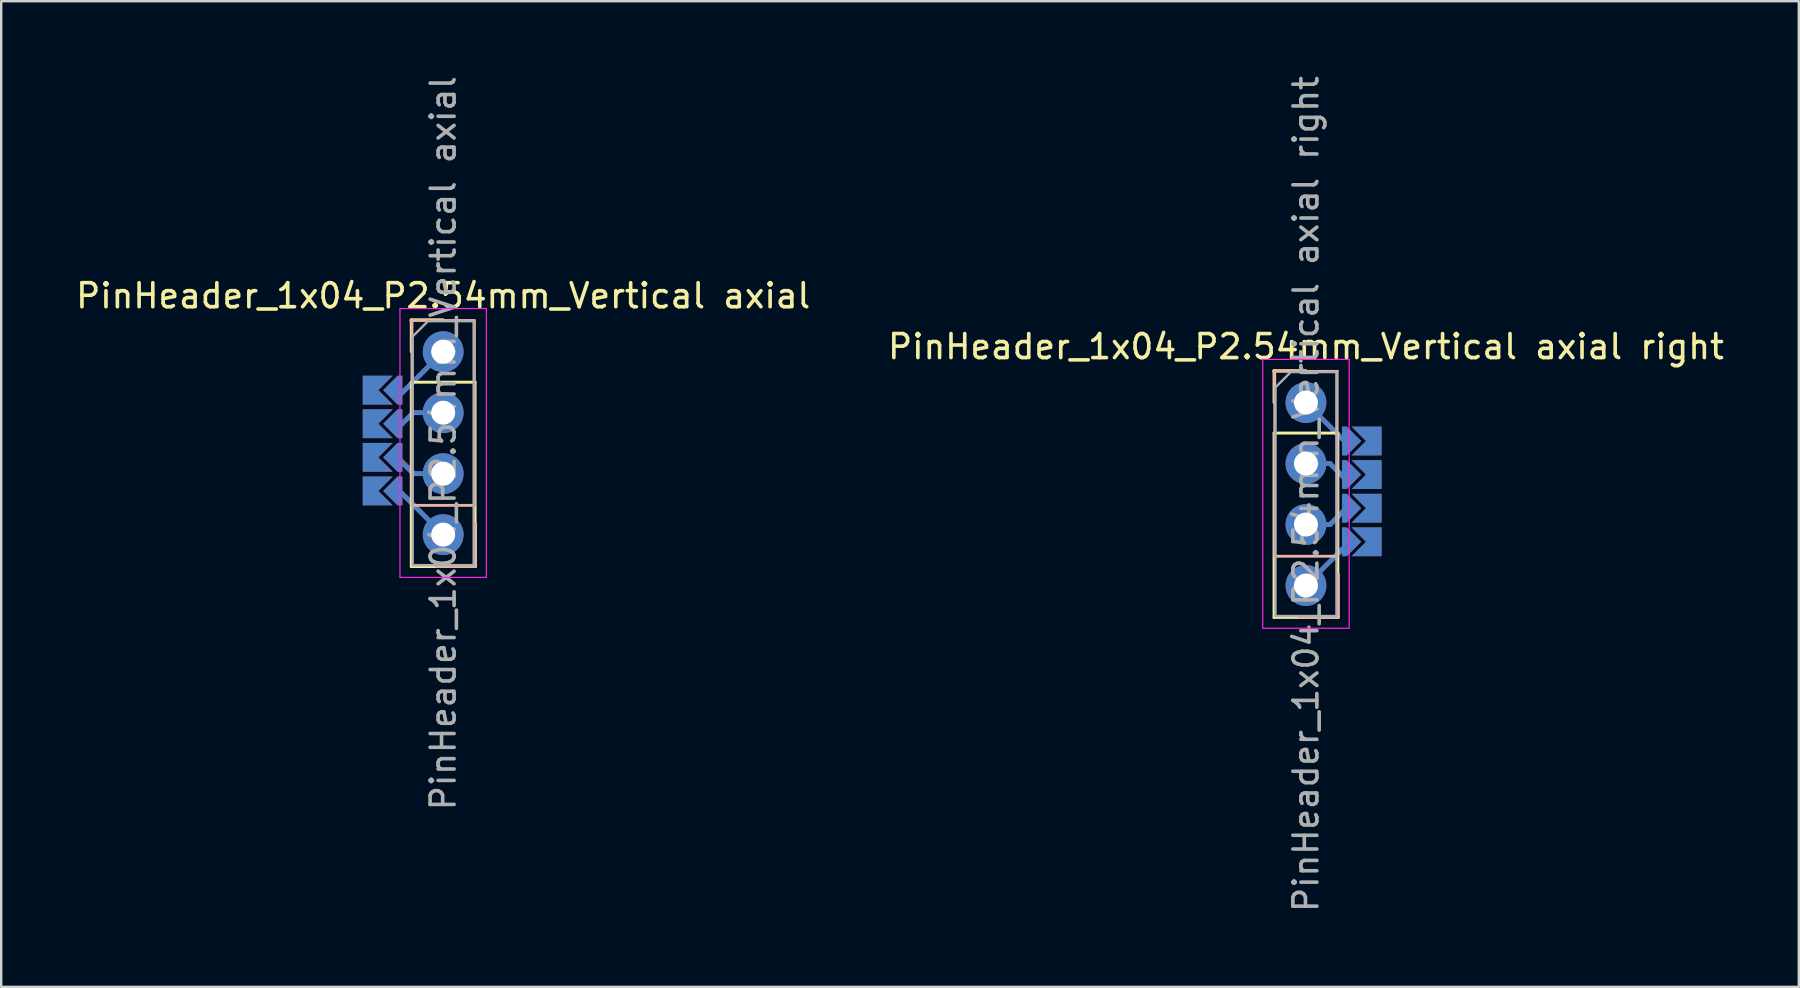
<source format=kicad_pcb>
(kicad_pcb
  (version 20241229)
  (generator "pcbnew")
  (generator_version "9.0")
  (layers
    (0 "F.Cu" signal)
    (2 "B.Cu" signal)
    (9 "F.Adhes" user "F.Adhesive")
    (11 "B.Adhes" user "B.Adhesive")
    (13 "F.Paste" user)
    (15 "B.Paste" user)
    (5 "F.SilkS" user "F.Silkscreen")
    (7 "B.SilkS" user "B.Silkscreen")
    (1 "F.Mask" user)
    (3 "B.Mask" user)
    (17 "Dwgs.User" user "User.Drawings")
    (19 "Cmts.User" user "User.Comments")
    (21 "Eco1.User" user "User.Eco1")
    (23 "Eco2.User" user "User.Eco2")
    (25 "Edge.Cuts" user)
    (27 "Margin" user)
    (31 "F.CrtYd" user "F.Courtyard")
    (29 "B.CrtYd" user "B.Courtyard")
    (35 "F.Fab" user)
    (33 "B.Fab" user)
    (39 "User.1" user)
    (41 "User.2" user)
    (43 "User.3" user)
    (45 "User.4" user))
  (footprint "PinHeader_1x04_P2.54mm_Vertical axial right"
    (layer "F.Cu")
    (at 51.351 13.72)
    (property "Reference" "PinHeader_1x04_P2.54mm_Vertical axial right" (at 0 -2.33 0) (layer "F.SilkS") (effects (font (size 1 1) (thickness 0.15))))
    (attr through_hole)
    (fp_line (start 0 0) (end 1.7 1.7) (stroke (width 0.2) (type solid)) (layer "F.Cu"))
    (fp_line (start 0 2.54) (end 1 2.54) (stroke (width 0.2) (type solid)) (layer "F.Cu"))
    (fp_line (start 0 5.08) (end 1 5.08) (stroke (width 0.2) (type solid)) (layer "F.Cu"))
    (fp_line (start 0 7.62) (end 1.72 5.9) (stroke (width 0.2) (type solid)) (layer "F.Cu"))
    (fp_line (start 1 2.54) (end 1.65 3.19) (stroke (width 0.2) (type solid)) (layer "F.Cu"))
    (fp_line (start 1 5.08) (end 1.63 4.45) (stroke (width 0.2) (type solid)) (layer "F.Cu"))
    (fp_line (start 0 0) (end 1.7 1.7) (stroke (width 0.2) (type solid)) (layer "B.Cu"))
    (fp_line (start 0 2.54) (end 1 2.54) (stroke (width 0.2) (type solid)) (layer "B.Cu"))
    (fp_line (start 0 5.08) (end 1 5.08) (stroke (width 0.2) (type solid)) (layer "B.Cu"))
    (fp_line (start 0 7.62) (end 1.72 5.9) (stroke (width 0.2) (type solid)) (layer "B.Cu"))
    (fp_line (start 1 2.54) (end 1.65 3.19) (stroke (width 0.2) (type solid)) (layer "B.Cu"))
    (fp_line (start 1 5.08) (end 1.65 4.43) (stroke (width 0.2) (type solid)) (layer "B.Cu"))
    (fp_line (start -1.33 -1.33) (end 0 -1.33) (stroke (width 0.12) (type solid)) (layer "F.SilkS"))
    (fp_line (start -1.33 0) (end -1.33 -1.33) (stroke (width 0.12) (type solid)) (layer "F.SilkS"))
    (fp_line (start -1.33 1.27) (end -1.33 8.95) (stroke (width 0.12) (type solid)) (layer "F.SilkS"))
    (fp_line (start -1.33 1.27) (end 1.33 1.27) (stroke (width 0.12) (type solid)) (layer "F.SilkS"))
    (fp_line (start -1.33 8.95) (end 1.33 8.95) (stroke (width 0.12) (type solid)) (layer "F.SilkS"))
    (fp_line (start 1.33 1.27) (end 1.33 8.95) (stroke (width 0.12) (type solid)) (layer "F.SilkS"))
    (fp_line (start -1.35 -1.3) (end 1.3 -1.3) (stroke (width 0.12) (type solid)) (layer "B.SilkS"))
    (fp_line (start -1.3 6.4) (end -1.3 -1.3) (stroke (width 0.12) (type solid)) (layer "B.SilkS"))
    (fp_line (start 1.3 -1.3) (end 1.3 6.4) (stroke (width 0.12) (type solid)) (layer "B.SilkS"))
    (fp_line (start 1.3 6.4) (end -1.3 6.4) (stroke (width 0.12) (type solid)) (layer "B.SilkS"))
    (fp_line (start 1.35 7.15) (end 1.35 8.95) (stroke (width 0.12) (type solid)) (layer "B.SilkS"))
    (fp_line (start 1.35 8.95) (end -0.3 8.95) (stroke (width 0.12) (type solid)) (layer "B.SilkS"))
    (fp_line (start -1.8 -1.8) (end -1.8 9.4) (stroke (width 0.05) (type solid)) (layer "F.CrtYd"))
    (fp_line (start -1.8 9.4) (end 1.8 9.4) (stroke (width 0.05) (type solid)) (layer "F.CrtYd"))
    (fp_line (start 1.8 -1.8) (end -1.8 -1.8) (stroke (width 0.05) (type solid)) (layer "F.CrtYd"))
    (fp_line (start 1.8 9.4) (end 1.8 -1.8) (stroke (width 0.05) (type solid)) (layer "F.CrtYd"))
    (fp_line (start -1.27 -0.635) (end -0.635 -1.27) (stroke (width 0.1) (type solid)) (layer "F.Fab"))
    (fp_line (start -1.27 8.89) (end -1.27 -0.635) (stroke (width 0.1) (type solid)) (layer "F.Fab"))
    (fp_line (start -0.635 -1.27) (end 1.27 -1.27) (stroke (width 0.1) (type solid)) (layer "F.Fab"))
    (fp_line (start 1.27 -1.27) (end 1.27 8.89) (stroke (width 0.1) (type solid)) (layer "F.Fab"))
    (fp_line (start 1.27 8.89) (end -1.27 8.89) (stroke (width 0.1) (type solid)) (layer "F.Fab"))
    (fp_text user "${REFERENCE}" (at 0 3.81 90) (layer "F.Fab") (effects (font (size 1 1) (thickness 0.15))))
    (pad "" thru_hole oval (at 0 0) (size 1.7 1.7) (drill 1) (layers "*.Cu" "*.Mask"))
    (pad "" thru_hole oval (at 0 2.54) (size 1.7 1.7) (drill 1) (layers "*.Cu" "*.Mask"))
    (pad "" thru_hole oval (at 0 5.08) (size 1.7 1.7) (drill 1) (layers "*.Cu" "*.Mask"))
    (pad "" thru_hole oval (at 0 7.62) (size 1.7 1.7) (drill 1) (layers "*.Cu" "*.Mask"))
    (pad "" smd custom (at 1.9 1.6 90) (size 0.1 0.1) (layers "F.Cu" "F.Mask" "F.Paste") (options (anchor rect)) (primitives (gr_poly (pts (xy -0.6 -0.4) (xy 0.6 -0.4) (xy 0.6 -0.2) (xy 0 0.4) (xy -0.6 -0.2)) (width 0) (fill yes))))
    (pad "" smd custom (at 1.9 1.6 90) (size 0.1 0.1) (layers "B.Cu" "B.Mask" "B.Paste") (options (anchor rect)) (primitives (gr_poly (pts (xy -0.6 -0.4) (xy 0.6 -0.4) (xy 0.6 -0.2) (xy 0 0.4) (xy -0.6 -0.2)) (width 0) (fill yes))))
    (pad "" smd custom (at 1.9 3 90) (size 0.1 0.1) (layers "F.Cu" "F.Mask" "F.Paste") (options (anchor rect)) (primitives (gr_poly (pts (xy -0.6 -0.4) (xy 0.6 -0.4) (xy 0.6 -0.2) (xy 0 0.4) (xy -0.6 -0.2)) (width 0) (fill yes))))
    (pad "" smd custom (at 1.9 3 90) (size 0.1 0.1) (layers "B.Cu" "B.Mask" "B.Paste") (options (anchor rect)) (primitives (gr_poly (pts (xy -0.6 -0.4) (xy 0.6 -0.4) (xy 0.6 -0.2) (xy 0 0.4) (xy -0.6 -0.2)) (width 0) (fill yes))))
    (pad "" smd custom (at 1.9 4.4 90) (size 0.1 0.1) (layers "F.Cu" "F.Mask" "F.Paste") (options (anchor rect)) (primitives (gr_poly (pts (xy -0.6 -0.4) (xy 0.6 -0.4) (xy 0.6 -0.2) (xy 0 0.4) (xy -0.6 -0.2)) (width 0) (fill yes))))
    (pad "" smd custom (at 1.9 4.4 90) (size 0.1 0.1) (layers "B.Cu" "B.Mask" "B.Paste") (options (anchor rect)) (primitives (gr_poly (pts (xy -0.6 -0.4) (xy 0.6 -0.4) (xy 0.6 -0.2) (xy 0 0.4) (xy -0.6 -0.2)) (width 0) (fill yes))))
    (pad "" smd custom (at 1.9 5.8 90) (size 0.1 0.1) (layers "F.Cu" "F.Mask" "F.Paste") (options (anchor rect)) (primitives (gr_poly (pts (xy -0.6 -0.4) (xy 0.6 -0.4) (xy 0.6 -0.2) (xy 0 0.4) (xy -0.6 -0.2)) (width 0) (fill yes))))
    (pad "" smd custom (at 1.9 5.8 90) (size 0.1 0.1) (layers "B.Cu" "B.Mask" "B.Paste") (options (anchor rect)) (primitives (gr_poly (pts (xy -0.6 -0.4) (xy 0.6 -0.4) (xy 0.6 -0.2) (xy 0 0.4) (xy -0.6 -0.2)) (width 0) (fill yes))))
    (pad "1" smd custom (at 2.9 1.6 90) (size 1.2 0.5) (layers "B.Cu" "B.Mask" "B.Paste") (options (anchor rect)) (primitives (gr_poly (pts (xy -0.6 0) (xy 0.6 0) (xy 0.6 -1) (xy 0 -0.4) (xy -0.6 -1)) (width 0) (fill yes))))
    (pad "1" smd custom (at 2.9 5.8 90) (size 1.2 0.5) (layers "F.Cu" "F.Mask" "F.Paste") (options (anchor rect)) (primitives (gr_poly (pts (xy -0.6 0) (xy 0.6 0) (xy 0.6 -1) (xy 0 -0.4) (xy -0.6 -1)) (width 0) (fill yes))))
    (pad "2" smd custom (at 2.9 3 90) (size 1.2 0.5) (layers "B.Cu" "B.Mask" "B.Paste") (options (anchor rect)) (primitives (gr_poly (pts (xy -0.6 0) (xy 0.6 0) (xy 0.6 -1) (xy 0 -0.4) (xy -0.6 -1)) (width 0) (fill yes))))
    (pad "2" smd custom (at 2.9 4.4 90) (size 1.2 0.5) (layers "F.Cu" "F.Mask" "F.Paste") (options (anchor rect)) (primitives (gr_poly (pts (xy -0.6 0) (xy 0.6 0) (xy 0.6 -1) (xy 0 -0.4) (xy -0.6 -1)) (width 0) (fill yes))))
    (pad "3" smd custom (at 2.9 3 90) (size 1.2 0.5) (layers "F.Cu" "F.Mask" "F.Paste") (options (anchor rect)) (primitives (gr_poly (pts (xy -0.6 0) (xy 0.6 0) (xy 0.6 -1) (xy 0 -0.4) (xy -0.6 -1)) (width 0) (fill yes))))
    (pad "3" smd custom (at 2.9 4.4 90) (size 1.2 0.5) (layers "B.Cu" "B.Mask" "B.Paste") (options (anchor rect)) (primitives (gr_poly (pts (xy -0.6 0) (xy 0.6 0) (xy 0.6 -1) (xy 0 -0.4) (xy -0.6 -1)) (width 0) (fill yes))))
    (pad "4" smd custom (at 2.9 1.6 90) (size 1.2 0.5) (layers "F.Cu" "F.Mask" "F.Paste") (options (anchor rect)) (primitives (gr_poly (pts (xy -0.6 0) (xy 0.6 0) (xy 0.6 -1) (xy 0 -0.4) (xy -0.6 -1)) (width 0) (fill yes))))
    (pad "4" smd custom (at 2.9 5.8 90) (size 1.2 0.5) (layers "B.Cu" "B.Mask" "B.Paste") (options (anchor rect)) (primitives (gr_poly (pts (xy -0.6 0) (xy 0.6 0) (xy 0.6 -1) (xy 0 -0.4) (xy -0.6 -1)) (width 0) (fill yes)))))
  (footprint "PinHeader_1x04_P2.54mm_Vertical axial"
    (layer "F.Cu")
    (at 15.411 11.601)
    (property "Reference" "PinHeader_1x04_P2.54mm_Vertical axial" (at 0 -2.33 0) (layer "F.SilkS") (effects (font (size 1 1) (thickness 0.15))))
    (attr through_hole)
    (fp_line (start -1.25 2.54) (end -1.8 3.1) (stroke (width 0.2) (type solid)) (layer "F.Cu"))
    (fp_line (start -1.2 5.08) (end -1.83 4.45) (stroke (width 0.2) (type solid)) (layer "F.Cu"))
    (fp_line (start 0 0) (end -1.85 1.85) (stroke (width 0.2) (type solid)) (layer "F.Cu"))
    (fp_line (start 0 2.54) (end -1.25 2.54) (stroke (width 0.2) (type solid)) (layer "F.Cu"))
    (fp_line (start 0 5.08) (end -1.2 5.08) (stroke (width 0.2) (type solid)) (layer "F.Cu"))
    (fp_line (start 0 7.62) (end -1.8 5.82) (stroke (width 0.2) (type solid)) (layer "F.Cu"))
    (fp_line (start -1.7 2.99) (end -1.9 2.99) (stroke (width 0.2) (type solid)) (layer "B.Cu"))
    (fp_line (start -1.25 2.54) (end -1.7 2.99) (stroke (width 0.2) (type solid)) (layer "B.Cu"))
    (fp_line (start -1.25 5.08) (end -1.85 4.48) (stroke (width 0.2) (type solid)) (layer "B.Cu"))
    (fp_line (start 0 0) (end -1.85 1.85) (stroke (width 0.2) (type solid)) (layer "B.Cu"))
    (fp_line (start 0 2.54) (end -1.25 2.54) (stroke (width 0.2) (type solid)) (layer "B.Cu"))
    (fp_line (start 0 5.08) (end -1.25 5.08) (stroke (width 0.2) (type solid)) (layer "B.Cu"))
    (fp_line (start 0 7.62) (end -1.8 5.82) (stroke (width 0.2) (type solid)) (layer "B.Cu"))
    (fp_line (start -1.33 -1.33) (end 0 -1.33) (stroke (width 0.12) (type solid)) (layer "F.SilkS"))
    (fp_line (start -1.33 0) (end -1.33 -1.33) (stroke (width 0.12) (type solid)) (layer "F.SilkS"))
    (fp_line (start -1.33 1.27) (end -1.33 8.95) (stroke (width 0.12) (type solid)) (layer "F.SilkS"))
    (fp_line (start -1.33 1.27) (end 1.33 1.27) (stroke (width 0.12) (type solid)) (layer "F.SilkS"))
    (fp_line (start -1.33 8.95) (end 1.33 8.95) (stroke (width 0.12) (type solid)) (layer "F.SilkS"))
    (fp_line (start 1.33 1.27) (end 1.33 8.95) (stroke (width 0.12) (type solid)) (layer "F.SilkS"))
    (fp_line (start -1.35 -1.3) (end 1.3 -1.3) (stroke (width 0.12) (type solid)) (layer "B.SilkS"))
    (fp_line (start -1.3 6.4) (end -1.3 -1.3) (stroke (width 0.12) (type solid)) (layer "B.SilkS"))
    (fp_line (start 1.3 -1.3) (end 1.3 6.4) (stroke (width 0.12) (type solid)) (layer "B.SilkS"))
    (fp_line (start 1.3 6.4) (end -1.3 6.4) (stroke (width 0.12) (type solid)) (layer "B.SilkS"))
    (fp_line (start 1.35 7.15) (end 1.35 8.95) (stroke (width 0.12) (type solid)) (layer "B.SilkS"))
    (fp_line (start 1.35 8.95) (end -0.3 8.95) (stroke (width 0.12) (type solid)) (layer "B.SilkS"))
    (fp_line (start -1.8 -1.8) (end -1.8 9.4) (stroke (width 0.05) (type solid)) (layer "F.CrtYd"))
    (fp_line (start -1.8 9.4) (end 1.8 9.4) (stroke (width 0.05) (type solid)) (layer "F.CrtYd"))
    (fp_line (start 1.8 -1.8) (end -1.8 -1.8) (stroke (width 0.05) (type solid)) (layer "F.CrtYd"))
    (fp_line (start 1.8 9.4) (end 1.8 -1.8) (stroke (width 0.05) (type solid)) (layer "F.CrtYd"))
    (fp_line (start -1.27 -0.635) (end -0.635 -1.27) (stroke (width 0.1) (type solid)) (layer "F.Fab"))
    (fp_line (start -1.27 8.89) (end -1.27 -0.635) (stroke (width 0.1) (type solid)) (layer "F.Fab"))
    (fp_line (start -0.635 -1.27) (end 1.27 -1.27) (stroke (width 0.1) (type solid)) (layer "F.Fab"))
    (fp_line (start 1.27 -1.27) (end 1.27 8.89) (stroke (width 0.1) (type solid)) (layer "F.Fab"))
    (fp_line (start 1.27 8.89) (end -1.27 8.89) (stroke (width 0.1) (type solid)) (layer "F.Fab"))
    (fp_text user "${REFERENCE}" (at 0 3.81 90) (layer "F.Fab") (effects (font (size 1 1) (thickness 0.15))))
    (pad "" smd custom (at -2.1 1.6 270) (size 0.1 0.1) (layers "F.Cu" "F.Mask" "F.Paste") (options (anchor rect)) (primitives (gr_poly (pts (xy 0.6 -0.4) (xy -0.6 -0.4) (xy -0.6 -0.2) (xy 0 0.4) (xy 0.6 -0.2)) (width 0) (fill yes))))
    (pad "" smd custom (at -2.1 1.6 270) (size 0.1 0.1) (layers "B.Cu" "B.Mask" "B.Paste") (options (anchor rect)) (primitives (gr_poly (pts (xy 0.6 -0.4) (xy -0.6 -0.4) (xy -0.6 -0.2) (xy 0 0.4) (xy 0.6 -0.2)) (width 0) (fill yes))))
    (pad "" smd custom (at -2.1 3 270) (size 0.1 0.1) (layers "F.Cu" "F.Mask" "F.Paste") (options (anchor rect)) (primitives (gr_poly (pts (xy 0.6 -0.4) (xy -0.6 -0.4) (xy -0.6 -0.2) (xy 0 0.4) (xy 0.6 -0.2)) (width 0) (fill yes))))
    (pad "" smd custom (at -2.1 3 270) (size 0.1 0.1) (layers "B.Cu" "B.Mask" "B.Paste") (options (anchor rect)) (primitives (gr_poly (pts (xy 0.6 -0.4) (xy -0.6 -0.4) (xy -0.6 -0.2) (xy 0 0.4) (xy 0.6 -0.2)) (width 0) (fill yes))))
    (pad "" smd custom (at -2.1 4.4 270) (size 0.1 0.1) (layers "F.Cu" "F.Mask" "F.Paste") (options (anchor rect)) (primitives (gr_poly (pts (xy 0.6 -0.4) (xy -0.6 -0.4) (xy -0.6 -0.2) (xy 0 0.4) (xy 0.6 -0.2)) (width 0) (fill yes))))
    (pad "" smd custom (at -2.1 4.4 270) (size 0.1 0.1) (layers "B.Cu" "B.Mask" "B.Paste") (options (anchor rect)) (primitives (gr_poly (pts (xy 0.6 -0.4) (xy -0.6 -0.4) (xy -0.6 -0.2) (xy 0 0.4) (xy 0.6 -0.2)) (width 0) (fill yes))))
    (pad "" smd custom (at -2.1 5.8 270) (size 0.1 0.1) (layers "F.Cu" "F.Mask" "F.Paste") (options (anchor rect)) (primitives (gr_poly (pts (xy 0.6 -0.4) (xy -0.6 -0.4) (xy -0.6 -0.2) (xy 0 0.4) (xy 0.6 -0.2)) (width 0) (fill yes))))
    (pad "" smd custom (at -2.1 5.8 270) (size 0.1 0.1) (layers "B.Cu" "B.Mask" "B.Paste") (options (anchor rect)) (primitives (gr_poly (pts (xy 0.6 -0.4) (xy -0.6 -0.4) (xy -0.6 -0.2) (xy 0 0.4) (xy 0.6 -0.2)) (width 0) (fill yes))))
    (pad "" thru_hole oval (at 0 0) (size 1.7 1.7) (drill 1) (layers "*.Cu" "*.Mask"))
    (pad "" thru_hole oval (at 0 2.54) (size 1.7 1.7) (drill 1) (layers "*.Cu" "*.Mask"))
    (pad "" thru_hole oval (at 0 5.08) (size 1.7 1.7) (drill 1) (layers "*.Cu" "*.Mask"))
    (pad "" thru_hole oval (at 0 7.62) (size 1.7 1.7) (drill 1) (layers "*.Cu" "*.Mask"))
    (pad "1" smd custom (at -3.1 1.6 270) (size 1.2 0.5) (layers "B.Cu" "B.Mask" "B.Paste") (options (anchor rect)) (primitives (gr_poly (pts (xy 0.6 0) (xy -0.6 0) (xy -0.6 -1) (xy 0 -0.4) (xy 0.6 -1)) (width 0) (fill yes))))
    (pad "1" smd custom (at -3.1 5.8 270) (size 1.2 0.5) (layers "F.Cu" "F.Mask" "F.Paste") (options (anchor rect)) (primitives (gr_poly (pts (xy 0.6 0) (xy -0.6 0) (xy -0.6 -1) (xy 0 -0.4) (xy 0.6 -1)) (width 0) (fill yes))))
    (pad "2" smd custom (at -3.1 3 270) (size 1.2 0.5) (layers "B.Cu" "B.Mask" "B.Paste") (options (anchor rect)) (primitives (gr_poly (pts (xy 0.6 0) (xy -0.6 0) (xy -0.6 -1) (xy 0 -0.4) (xy 0.6 -1)) (width 0) (fill yes))))
    (pad "2" smd custom (at -3.1 4.4 270) (size 1.2 0.5) (layers "F.Cu" "F.Mask" "F.Paste") (options (anchor rect)) (primitives (gr_poly (pts (xy 0.6 0) (xy -0.6 0) (xy -0.6 -1) (xy 0 -0.4) (xy 0.6 -1)) (width 0) (fill yes))))
    (pad "3" smd custom (at -3.1 3 270) (size 1.2 0.5) (layers "F.Cu" "F.Mask" "F.Paste") (options (anchor rect)) (primitives (gr_poly (pts (xy 0.6 0) (xy -0.6 0) (xy -0.6 -1) (xy 0 -0.4) (xy 0.6 -1)) (width 0) (fill yes))))
    (pad "3" smd custom (at -3.1 4.4 270) (size 1.2 0.5) (layers "B.Cu" "B.Mask" "B.Paste") (options (anchor rect)) (primitives (gr_poly (pts (xy 0.6 0) (xy -0.6 0) (xy -0.6 -1) (xy 0 -0.4) (xy 0.6 -1)) (width 0) (fill yes))))
    (pad "4" smd custom (at -3.1 1.6 270) (size 1.2 0.5) (layers "F.Cu" "F.Mask" "F.Paste") (options (anchor rect)) (primitives (gr_poly (pts (xy 0.6 0) (xy -0.6 0) (xy -0.6 -1) (xy 0 -0.4) (xy 0.6 -1)) (width 0) (fill yes))))
    (pad "4" smd custom (at -3.1 5.8 270) (size 1.2 0.5) (layers "B.Cu" "B.Mask" "B.Paste") (options (anchor rect)) (primitives (gr_poly (pts (xy 0.6 0) (xy -0.6 0) (xy -0.6 -1) (xy 0 -0.4) (xy 0.6 -1)) (width 0) (fill yes)))))
  (gr_rect
    (start -3 -3)
    (end 71.881 38.06)
    (stroke (width 0.1) (type default))
    (fill no)
    (layer "Edge.Cuts")))
</source>
